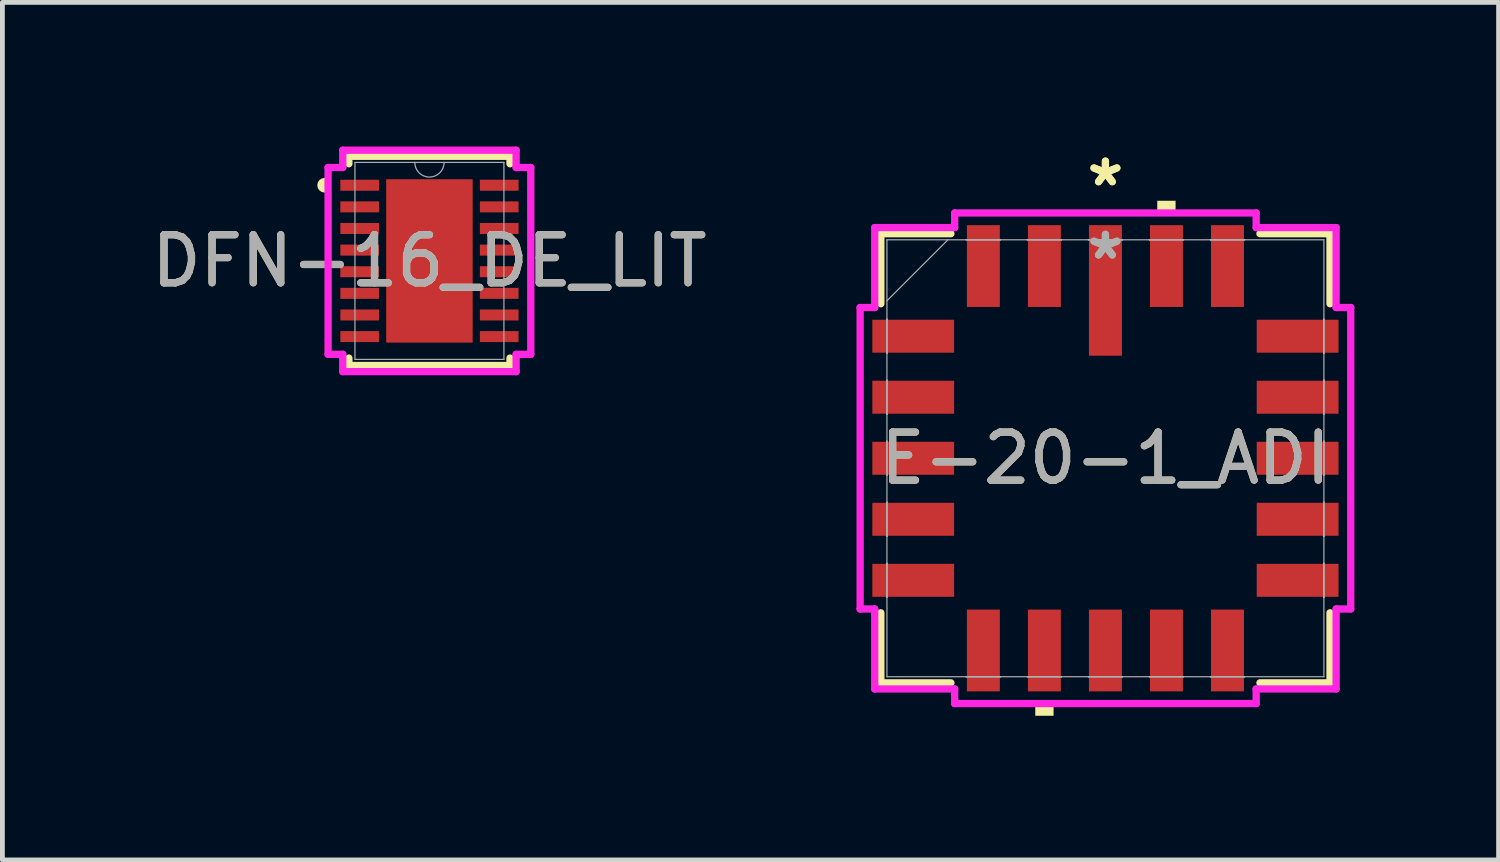
<source format=kicad_pcb>
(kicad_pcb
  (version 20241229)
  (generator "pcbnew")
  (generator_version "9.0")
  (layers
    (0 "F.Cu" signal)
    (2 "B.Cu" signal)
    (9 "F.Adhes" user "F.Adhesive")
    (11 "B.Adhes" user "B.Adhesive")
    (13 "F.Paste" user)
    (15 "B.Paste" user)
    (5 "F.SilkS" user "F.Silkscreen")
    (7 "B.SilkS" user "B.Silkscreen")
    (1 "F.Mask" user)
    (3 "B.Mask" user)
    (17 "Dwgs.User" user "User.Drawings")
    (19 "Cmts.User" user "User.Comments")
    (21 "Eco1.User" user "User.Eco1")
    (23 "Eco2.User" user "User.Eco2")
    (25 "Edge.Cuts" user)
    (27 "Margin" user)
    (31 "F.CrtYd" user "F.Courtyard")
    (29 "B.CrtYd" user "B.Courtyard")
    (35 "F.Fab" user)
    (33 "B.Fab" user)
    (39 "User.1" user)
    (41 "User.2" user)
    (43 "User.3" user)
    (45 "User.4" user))
  (footprint "DFN-16_DE_LIT"
    (layer "F.Cu")
    (at 5.887 2.38)
    (property "Reference" "DFN-16_DE_LIT" (at 0 0 0) (unlocked yes) (layer "F.SilkS") (effects (font (size 1 1) (thickness 0.15))))
    (attr smd)
    (fp_line (start -1.677 -2.177) (end -1.677 -2.022) (stroke (width 0.152) (type solid)) (layer "F.SilkS"))
    (fp_line (start -1.677 2.022) (end -1.677 2.177) (stroke (width 0.152) (type solid)) (layer "F.SilkS"))
    (fp_line (start -1.677 2.177) (end 1.677 2.177) (stroke (width 0.152) (type solid)) (layer "F.SilkS"))
    (fp_line (start 1.677 -2.177) (end -1.677 -2.177) (stroke (width 0.152) (type solid)) (layer "F.SilkS"))
    (fp_line (start 1.677 -2.022) (end 1.677 -2.177) (stroke (width 0.152) (type solid)) (layer "F.SilkS"))
    (fp_line (start 1.677 2.177) (end 1.677 2.022) (stroke (width 0.152) (type solid)) (layer "F.SilkS"))
    (fp_arc (start -2.18754 -1.499048) (mid -2.2576 -1.575001) (end -2.18754 -1.650953) (stroke (width 0.1524) (type solid)) (layer "F.SilkS"))
    (fp_poly (pts (xy -0.8 -1.6) (xy -0.8 -0.1) (xy 0.8 -0.1) (xy 0.8 -1.6)) (stroke (width 0) (type solid)) (fill yes) (layer "F.Paste"))
    (fp_poly (pts (xy -0.8 0.1) (xy -0.8 1.6) (xy 0.8 1.6) (xy 0.8 0.1)) (stroke (width 0) (type solid)) (fill yes) (layer "F.Paste"))
    (fp_line (start -2.109 -1.944) (end -1.804 -1.944) (stroke (width 0.152) (type solid)) (layer "F.CrtYd"))
    (fp_line (start -2.109 1.944) (end -2.109 -1.944) (stroke (width 0.152) (type solid)) (layer "F.CrtYd"))
    (fp_line (start -2.109 1.944) (end -1.804 1.944) (stroke (width 0.152) (type solid)) (layer "F.CrtYd"))
    (fp_line (start -1.804 -2.304) (end 1.804 -2.304) (stroke (width 0.152) (type solid)) (layer "F.CrtYd"))
    (fp_line (start -1.804 -1.944) (end -1.804 -2.304) (stroke (width 0.152) (type solid)) (layer "F.CrtYd"))
    (fp_line (start -1.804 2.304) (end -1.804 1.944) (stroke (width 0.152) (type solid)) (layer "F.CrtYd"))
    (fp_line (start 1.804 -2.304) (end 1.804 -1.944) (stroke (width 0.152) (type solid)) (layer "F.CrtYd"))
    (fp_line (start 1.804 1.944) (end 1.804 2.304) (stroke (width 0.152) (type solid)) (layer "F.CrtYd"))
    (fp_line (start 1.804 2.304) (end -1.804 2.304) (stroke (width 0.152) (type solid)) (layer "F.CrtYd"))
    (fp_line (start 2.109 -1.944) (end 1.804 -1.944) (stroke (width 0.152) (type solid)) (layer "F.CrtYd"))
    (fp_line (start 2.109 -1.944) (end 2.109 1.944) (stroke (width 0.152) (type solid)) (layer "F.CrtYd"))
    (fp_line (start 2.109 1.944) (end 1.804 1.944) (stroke (width 0.152) (type solid)) (layer "F.CrtYd"))
    (fp_line (start -1.55 -2.05) (end -1.55 2.05) (stroke (width 0.025) (type solid)) (layer "F.Fab"))
    (fp_line (start -1.55 2.05) (end 1.55 2.05) (stroke (width 0.025) (type solid)) (layer "F.Fab"))
    (fp_line (start 1.55 -2.05) (end -1.55 -2.05) (stroke (width 0.025) (type solid)) (layer "F.Fab"))
    (fp_line (start 1.55 2.05) (end 1.55 -2.05) (stroke (width 0.025) (type solid)) (layer "F.Fab"))
    (fp_arc (start 0.3048 -2.05) (mid 0 -1.7452) (end -0.3048 -2.05) (stroke (width 0.0254) (type solid)) (layer "F.Fab"))
    (fp_text user "${REFERENCE}" (at 0 0 0) (unlocked yes) (layer "F.Fab") (effects (font (size 1 1) (thickness 0.15))))
    (pad "1" smd rect (at -1.452 -1.575) (size 0.805 0.229) (layers "F.Cu" "F.Mask" "F.Paste"))
    (pad "2" smd rect (at -1.452 -1.125) (size 0.805 0.229) (layers "F.Cu" "F.Mask" "F.Paste"))
    (pad "3" smd rect (at -1.452 -0.675) (size 0.805 0.229) (layers "F.Cu" "F.Mask" "F.Paste"))
    (pad "4" smd rect (at -1.452 -0.225) (size 0.805 0.229) (layers "F.Cu" "F.Mask" "F.Paste"))
    (pad "5" smd rect (at -1.452 0.225) (size 0.805 0.229) (layers "F.Cu" "F.Mask" "F.Paste"))
    (pad "6" smd rect (at -1.452 0.675) (size 0.805 0.229) (layers "F.Cu" "F.Mask" "F.Paste"))
    (pad "7" smd rect (at -1.452 1.125) (size 0.805 0.229) (layers "F.Cu" "F.Mask" "F.Paste"))
    (pad "8" smd rect (at -1.452 1.575) (size 0.805 0.229) (layers "F.Cu" "F.Mask" "F.Paste"))
    (pad "9" smd rect (at 1.452 1.575) (size 0.805 0.229) (layers "F.Cu" "F.Mask" "F.Paste"))
    (pad "10" smd rect (at 1.452 1.125) (size 0.805 0.229) (layers "F.Cu" "F.Mask" "F.Paste"))
    (pad "11" smd rect (at 1.452 0.675) (size 0.805 0.229) (layers "F.Cu" "F.Mask" "F.Paste"))
    (pad "12" smd rect (at 1.452 0.225) (size 0.805 0.229) (layers "F.Cu" "F.Mask" "F.Paste"))
    (pad "13" smd rect (at 1.452 -0.225) (size 0.805 0.229) (layers "F.Cu" "F.Mask" "F.Paste"))
    (pad "14" smd rect (at 1.452 -0.675) (size 0.805 0.229) (layers "F.Cu" "F.Mask" "F.Paste"))
    (pad "15" smd rect (at 1.452 -1.125) (size 0.805 0.229) (layers "F.Cu" "F.Mask" "F.Paste"))
    (pad "16" smd rect (at 1.452 -1.575) (size 0.805 0.229) (layers "F.Cu" "F.Mask" "F.Paste"))
    (pad "17" smd rect (at 0 0) (size 1.8 3.4) (layers "F.Cu" "F.Mask" "F.Paste")))
  (footprint "E-20-1_ADI"
    (layer "F.Cu")
    (at 19.955 6.487)
    (property "Reference" "E-20-1_ADI" (at 0 0 0) (unlocked yes) (layer "F.SilkS") (effects (font (size 1 1) (thickness 0.15))))
    (attr smd)
    (fp_line (start -4.674 -4.674) (end -4.674 -3.216) (stroke (width 0.152) (type solid)) (layer "F.SilkS"))
    (fp_line (start -4.674 3.216) (end -4.674 4.674) (stroke (width 0.152) (type solid)) (layer "F.SilkS"))
    (fp_line (start -4.674 4.674) (end -3.216 4.674) (stroke (width 0.152) (type solid)) (layer "F.SilkS"))
    (fp_line (start -3.216 -4.674) (end -4.674 -4.674) (stroke (width 0.152) (type solid)) (layer "F.SilkS"))
    (fp_line (start 3.216 4.674) (end 4.674 4.674) (stroke (width 0.152) (type solid)) (layer "F.SilkS"))
    (fp_line (start 4.674 -4.674) (end 3.216 -4.674) (stroke (width 0.152) (type solid)) (layer "F.SilkS"))
    (fp_line (start 4.674 -3.216) (end 4.674 -4.674) (stroke (width 0.152) (type solid)) (layer "F.SilkS"))
    (fp_line (start 4.674 4.674) (end 4.674 3.216) (stroke (width 0.152) (type solid)) (layer "F.SilkS"))
    (fp_poly (pts (xy -1.46 5.105) (xy -1.46 5.359) (xy -1.079 5.359) (xy -1.079 5.105)) (stroke (width 0) (type solid)) (fill yes) (layer "F.SilkS"))
    (fp_poly (pts (xy 1.079 -5.105) (xy 1.079 -5.359) (xy 1.46 -5.359) (xy 1.46 -5.105)) (stroke (width 0) (type solid)) (fill yes) (layer "F.SilkS"))
    (fp_line (start -5.105 -3.137) (end -4.801 -3.137) (stroke (width 0.152) (type solid)) (layer "F.CrtYd"))
    (fp_line (start -5.105 3.137) (end -5.105 -3.137) (stroke (width 0.152) (type solid)) (layer "F.CrtYd"))
    (fp_line (start -5.105 3.137) (end -4.801 3.137) (stroke (width 0.152) (type solid)) (layer "F.CrtYd"))
    (fp_line (start -4.801 -4.801) (end -3.137 -4.801) (stroke (width 0.152) (type solid)) (layer "F.CrtYd"))
    (fp_line (start -4.801 -3.137) (end -4.801 -4.801) (stroke (width 0.152) (type solid)) (layer "F.CrtYd"))
    (fp_line (start -4.801 4.801) (end -4.801 3.137) (stroke (width 0.152) (type solid)) (layer "F.CrtYd"))
    (fp_line (start -3.137 -5.105) (end 3.137 -5.105) (stroke (width 0.152) (type solid)) (layer "F.CrtYd"))
    (fp_line (start -3.137 -4.801) (end -3.137 -5.105) (stroke (width 0.152) (type solid)) (layer "F.CrtYd"))
    (fp_line (start -3.137 4.801) (end -4.801 4.801) (stroke (width 0.152) (type solid)) (layer "F.CrtYd"))
    (fp_line (start -3.137 5.105) (end -3.137 4.801) (stroke (width 0.152) (type solid)) (layer "F.CrtYd"))
    (fp_line (start 3.137 -5.105) (end 3.137 -4.801) (stroke (width 0.152) (type solid)) (layer "F.CrtYd"))
    (fp_line (start 3.137 -4.801) (end 4.801 -4.801) (stroke (width 0.152) (type solid)) (layer "F.CrtYd"))
    (fp_line (start 3.137 4.801) (end 3.137 5.105) (stroke (width 0.152) (type solid)) (layer "F.CrtYd"))
    (fp_line (start 3.137 5.105) (end -3.137 5.105) (stroke (width 0.152) (type solid)) (layer "F.CrtYd"))
    (fp_line (start 4.801 -4.801) (end 4.801 -3.137) (stroke (width 0.152) (type solid)) (layer "F.CrtYd"))
    (fp_line (start 4.801 -3.137) (end 5.105 -3.137) (stroke (width 0.152) (type solid)) (layer "F.CrtYd"))
    (fp_line (start 4.801 3.137) (end 4.801 4.801) (stroke (width 0.152) (type solid)) (layer "F.CrtYd"))
    (fp_line (start 4.801 4.801) (end 3.137 4.801) (stroke (width 0.152) (type solid)) (layer "F.CrtYd"))
    (fp_line (start 5.105 -3.137) (end 5.105 3.137) (stroke (width 0.152) (type solid)) (layer "F.CrtYd"))
    (fp_line (start 5.105 3.137) (end 4.801 3.137) (stroke (width 0.152) (type solid)) (layer "F.CrtYd"))
    (fp_line (start -4.547 -4.547) (end -4.547 4.547) (stroke (width 0.025) (type solid)) (layer "F.Fab"))
    (fp_line (start -4.547 -3.277) (end -3.277 -4.547) (stroke (width 0.025) (type solid)) (layer "F.Fab"))
    (fp_line (start -4.547 -2.896) (end -4.547 -2.896) (stroke (width 0.025) (type solid)) (layer "F.Fab"))
    (fp_line (start -4.547 -2.896) (end -4.547 -2.184) (stroke (width 0.025) (type solid)) (layer "F.Fab"))
    (fp_line (start -4.547 -2.184) (end -4.547 -2.896) (stroke (width 0.025) (type solid)) (layer "F.Fab"))
    (fp_line (start -4.547 -2.184) (end -4.547 -2.184) (stroke (width 0.025) (type solid)) (layer "F.Fab"))
    (fp_line (start -4.547 -1.626) (end -4.547 -1.626) (stroke (width 0.025) (type solid)) (layer "F.Fab"))
    (fp_line (start -4.547 -1.626) (end -4.547 -0.914) (stroke (width 0.025) (type solid)) (layer "F.Fab"))
    (fp_line (start -4.547 -0.914) (end -4.547 -1.626) (stroke (width 0.025) (type solid)) (layer "F.Fab"))
    (fp_line (start -4.547 -0.914) (end -4.547 -0.914) (stroke (width 0.025) (type solid)) (layer "F.Fab"))
    (fp_line (start -4.547 -0.356) (end -4.547 -0.356) (stroke (width 0.025) (type solid)) (layer "F.Fab"))
    (fp_line (start -4.547 -0.356) (end -4.547 0.356) (stroke (width 0.025) (type solid)) (layer "F.Fab"))
    (fp_line (start -4.547 0.356) (end -4.547 -0.356) (stroke (width 0.025) (type solid)) (layer "F.Fab"))
    (fp_line (start -4.547 0.356) (end -4.547 0.356) (stroke (width 0.025) (type solid)) (layer "F.Fab"))
    (fp_line (start -4.547 0.914) (end -4.547 0.914) (stroke (width 0.025) (type solid)) (layer "F.Fab"))
    (fp_line (start -4.547 0.914) (end -4.547 1.626) (stroke (width 0.025) (type solid)) (layer "F.Fab"))
    (fp_line (start -4.547 1.626) (end -4.547 0.914) (stroke (width 0.025) (type solid)) (layer "F.Fab"))
    (fp_line (start -4.547 1.626) (end -4.547 1.626) (stroke (width 0.025) (type solid)) (layer "F.Fab"))
    (fp_line (start -4.547 2.184) (end -4.547 2.184) (stroke (width 0.025) (type solid)) (layer "F.Fab"))
    (fp_line (start -4.547 2.184) (end -4.547 2.896) (stroke (width 0.025) (type solid)) (layer "F.Fab"))
    (fp_line (start -4.547 2.896) (end -4.547 2.184) (stroke (width 0.025) (type solid)) (layer "F.Fab"))
    (fp_line (start -4.547 2.896) (end -4.547 2.896) (stroke (width 0.025) (type solid)) (layer "F.Fab"))
    (fp_line (start -4.547 4.547) (end 4.547 4.547) (stroke (width 0.025) (type solid)) (layer "F.Fab"))
    (fp_line (start -2.896 -4.547) (end -2.896 -4.547) (stroke (width 0.025) (type solid)) (layer "F.Fab"))
    (fp_line (start -2.896 -4.547) (end -2.184 -4.547) (stroke (width 0.025) (type solid)) (layer "F.Fab"))
    (fp_line (start -2.896 4.547) (end -2.896 4.547) (stroke (width 0.025) (type solid)) (layer "F.Fab"))
    (fp_line (start -2.896 4.547) (end -2.184 4.547) (stroke (width 0.025) (type solid)) (layer "F.Fab"))
    (fp_line (start -2.184 -4.547) (end -2.896 -4.547) (stroke (width 0.025) (type solid)) (layer "F.Fab"))
    (fp_line (start -2.184 -4.547) (end -2.184 -4.547) (stroke (width 0.025) (type solid)) (layer "F.Fab"))
    (fp_line (start -2.184 4.547) (end -2.896 4.547) (stroke (width 0.025) (type solid)) (layer "F.Fab"))
    (fp_line (start -2.184 4.547) (end -2.184 4.547) (stroke (width 0.025) (type solid)) (layer "F.Fab"))
    (fp_line (start -1.626 -4.547) (end -1.626 -4.547) (stroke (width 0.025) (type solid)) (layer "F.Fab"))
    (fp_line (start -1.626 -4.547) (end -0.914 -4.547) (stroke (width 0.025) (type solid)) (layer "F.Fab"))
    (fp_line (start -1.626 4.547) (end -1.626 4.547) (stroke (width 0.025) (type solid)) (layer "F.Fab"))
    (fp_line (start -1.626 4.547) (end -0.914 4.547) (stroke (width 0.025) (type solid)) (layer "F.Fab"))
    (fp_line (start -0.914 -4.547) (end -1.626 -4.547) (stroke (width 0.025) (type solid)) (layer "F.Fab"))
    (fp_line (start -0.914 -4.547) (end -0.914 -4.547) (stroke (width 0.025) (type solid)) (layer "F.Fab"))
    (fp_line (start -0.914 4.547) (end -1.626 4.547) (stroke (width 0.025) (type solid)) (layer "F.Fab"))
    (fp_line (start -0.914 4.547) (end -0.914 4.547) (stroke (width 0.025) (type solid)) (layer "F.Fab"))
    (fp_line (start -0.356 -4.547) (end -0.356 -4.547) (stroke (width 0.025) (type solid)) (layer "F.Fab"))
    (fp_line (start -0.356 -4.547) (end 0.356 -4.547) (stroke (width 0.025) (type solid)) (layer "F.Fab"))
    (fp_line (start -0.356 4.547) (end -0.356 4.547) (stroke (width 0.025) (type solid)) (layer "F.Fab"))
    (fp_line (start -0.356 4.547) (end 0.356 4.547) (stroke (width 0.025) (type solid)) (layer "F.Fab"))
    (fp_line (start 0.356 -4.547) (end -0.356 -4.547) (stroke (width 0.025) (type solid)) (layer "F.Fab"))
    (fp_line (start 0.356 -4.547) (end 0.356 -4.547) (stroke (width 0.025) (type solid)) (layer "F.Fab"))
    (fp_line (start 0.356 4.547) (end -0.356 4.547) (stroke (width 0.025) (type solid)) (layer "F.Fab"))
    (fp_line (start 0.356 4.547) (end 0.356 4.547) (stroke (width 0.025) (type solid)) (layer "F.Fab"))
    (fp_line (start 0.914 -4.547) (end 0.914 -4.547) (stroke (width 0.025) (type solid)) (layer "F.Fab"))
    (fp_line (start 0.914 -4.547) (end 1.626 -4.547) (stroke (width 0.025) (type solid)) (layer "F.Fab"))
    (fp_line (start 0.914 4.547) (end 0.914 4.547) (stroke (width 0.025) (type solid)) (layer "F.Fab"))
    (fp_line (start 0.914 4.547) (end 1.626 4.547) (stroke (width 0.025) (type solid)) (layer "F.Fab"))
    (fp_line (start 1.626 -4.547) (end 0.914 -4.547) (stroke (width 0.025) (type solid)) (layer "F.Fab"))
    (fp_line (start 1.626 -4.547) (end 1.626 -4.547) (stroke (width 0.025) (type solid)) (layer "F.Fab"))
    (fp_line (start 1.626 4.547) (end 0.914 4.547) (stroke (width 0.025) (type solid)) (layer "F.Fab"))
    (fp_line (start 1.626 4.547) (end 1.626 4.547) (stroke (width 0.025) (type solid)) (layer "F.Fab"))
    (fp_line (start 2.184 -4.547) (end 2.184 -4.547) (stroke (width 0.025) (type solid)) (layer "F.Fab"))
    (fp_line (start 2.184 -4.547) (end 2.896 -4.547) (stroke (width 0.025) (type solid)) (layer "F.Fab"))
    (fp_line (start 2.184 4.547) (end 2.184 4.547) (stroke (width 0.025) (type solid)) (layer "F.Fab"))
    (fp_line (start 2.184 4.547) (end 2.896 4.547) (stroke (width 0.025) (type solid)) (layer "F.Fab"))
    (fp_line (start 2.896 -4.547) (end 2.184 -4.547) (stroke (width 0.025) (type solid)) (layer "F.Fab"))
    (fp_line (start 2.896 -4.547) (end 2.896 -4.547) (stroke (width 0.025) (type solid)) (layer "F.Fab"))
    (fp_line (start 2.896 4.547) (end 2.184 4.547) (stroke (width 0.025) (type solid)) (layer "F.Fab"))
    (fp_line (start 2.896 4.547) (end 2.896 4.547) (stroke (width 0.025) (type solid)) (layer "F.Fab"))
    (fp_line (start 4.547 -4.547) (end -4.547 -4.547) (stroke (width 0.025) (type solid)) (layer "F.Fab"))
    (fp_line (start 4.547 -2.896) (end 4.547 -2.896) (stroke (width 0.025) (type solid)) (layer "F.Fab"))
    (fp_line (start 4.547 -2.896) (end 4.547 -2.184) (stroke (width 0.025) (type solid)) (layer "F.Fab"))
    (fp_line (start 4.547 -2.184) (end 4.547 -2.896) (stroke (width 0.025) (type solid)) (layer "F.Fab"))
    (fp_line (start 4.547 -2.184) (end 4.547 -2.184) (stroke (width 0.025) (type solid)) (layer "F.Fab"))
    (fp_line (start 4.547 -1.626) (end 4.547 -1.626) (stroke (width 0.025) (type solid)) (layer "F.Fab"))
    (fp_line (start 4.547 -1.626) (end 4.547 -0.914) (stroke (width 0.025) (type solid)) (layer "F.Fab"))
    (fp_line (start 4.547 -0.914) (end 4.547 -1.626) (stroke (width 0.025) (type solid)) (layer "F.Fab"))
    (fp_line (start 4.547 -0.914) (end 4.547 -0.914) (stroke (width 0.025) (type solid)) (layer "F.Fab"))
    (fp_line (start 4.547 -0.356) (end 4.547 -0.356) (stroke (width 0.025) (type solid)) (layer "F.Fab"))
    (fp_line (start 4.547 -0.356) (end 4.547 0.356) (stroke (width 0.025) (type solid)) (layer "F.Fab"))
    (fp_line (start 4.547 0.356) (end 4.547 -0.356) (stroke (width 0.025) (type solid)) (layer "F.Fab"))
    (fp_line (start 4.547 0.356) (end 4.547 0.356) (stroke (width 0.025) (type solid)) (layer "F.Fab"))
    (fp_line (start 4.547 0.914) (end 4.547 0.914) (stroke (width 0.025) (type solid)) (layer "F.Fab"))
    (fp_line (start 4.547 0.914) (end 4.547 1.626) (stroke (width 0.025) (type solid)) (layer "F.Fab"))
    (fp_line (start 4.547 1.626) (end 4.547 0.914) (stroke (width 0.025) (type solid)) (layer "F.Fab"))
    (fp_line (start 4.547 1.626) (end 4.547 1.626) (stroke (width 0.025) (type solid)) (layer "F.Fab"))
    (fp_line (start 4.547 2.184) (end 4.547 2.184) (stroke (width 0.025) (type solid)) (layer "F.Fab"))
    (fp_line (start 4.547 2.184) (end 4.547 2.896) (stroke (width 0.025) (type solid)) (layer "F.Fab"))
    (fp_line (start 4.547 2.896) (end 4.547 2.184) (stroke (width 0.025) (type solid)) (layer "F.Fab"))
    (fp_line (start 4.547 2.896) (end 4.547 2.896) (stroke (width 0.025) (type solid)) (layer "F.Fab"))
    (fp_line (start 4.547 4.547) (end 4.547 -4.547) (stroke (width 0.025) (type solid)) (layer "F.Fab"))
    (fp_text user "*" (at 0 -5.639 0) (layer "F.SilkS") (effects (font (size 1 1) (thickness 0.15))))
    (fp_text user "*" (at 0 -5.639 0) (unlocked yes) (layer "F.SilkS") (effects (font (size 1 1) (thickness 0.15))))
    (fp_text user "*" (at 0 -4.115 0) (layer "F.Fab") (effects (font (size 1 1) (thickness 0.15))))
    (fp_text user "${REFERENCE}" (at 0 0 0) (unlocked yes) (layer "F.Fab") (effects (font (size 1 1) (thickness 0.15))))
    (fp_text user "*" (at 0 -4.115 0) (unlocked yes) (layer "F.Fab") (effects (font (size 1 1) (thickness 0.15))))
    (pad "1" smd rect (at 0 -3.493) (size 0.686 2.718) (layers "F.Cu" "F.Mask" "F.Paste"))
    (pad "2" smd rect (at -1.27 -4) (size 0.686 1.702) (layers "F.Cu" "F.Mask" "F.Paste"))
    (pad "3" smd rect (at -2.54 -4) (size 0.686 1.702) (layers "F.Cu" "F.Mask" "F.Paste"))
    (pad "4" smd rect (at -4 -2.54 90) (size 0.686 1.702) (layers "F.Cu" "F.Mask" "F.Paste"))
    (pad "5" smd rect (at -4 -1.27 90) (size 0.686 1.702) (layers "F.Cu" "F.Mask" "F.Paste"))
    (pad "6" smd rect (at -4 0 90) (size 0.686 1.702) (layers "F.Cu" "F.Mask" "F.Paste"))
    (pad "7" smd rect (at -4 1.27 90) (size 0.686 1.702) (layers "F.Cu" "F.Mask" "F.Paste"))
    (pad "8" smd rect (at -4 2.54 90) (size 0.686 1.702) (layers "F.Cu" "F.Mask" "F.Paste"))
    (pad "9" smd rect (at -2.54 4) (size 0.686 1.702) (layers "F.Cu" "F.Mask" "F.Paste"))
    (pad "10" smd rect (at -1.27 4) (size 0.686 1.702) (layers "F.Cu" "F.Mask" "F.Paste"))
    (pad "11" smd rect (at 0 4) (size 0.686 1.702) (layers "F.Cu" "F.Mask" "F.Paste"))
    (pad "12" smd rect (at 1.27 4) (size 0.686 1.702) (layers "F.Cu" "F.Mask" "F.Paste"))
    (pad "13" smd rect (at 2.54 4) (size 0.686 1.702) (layers "F.Cu" "F.Mask" "F.Paste"))
    (pad "14" smd rect (at 4 2.54 90) (size 0.686 1.702) (layers "F.Cu" "F.Mask" "F.Paste"))
    (pad "15" smd rect (at 4 1.27 90) (size 0.686 1.702) (layers "F.Cu" "F.Mask" "F.Paste"))
    (pad "16" smd rect (at 4 0 90) (size 0.686 1.702) (layers "F.Cu" "F.Mask" "F.Paste"))
    (pad "17" smd rect (at 4 -1.27 90) (size 0.686 1.702) (layers "F.Cu" "F.Mask" "F.Paste"))
    (pad "18" smd rect (at 4 -2.54 90) (size 0.686 1.702) (layers "F.Cu" "F.Mask" "F.Paste"))
    (pad "19" smd rect (at 2.54 -4) (size 0.686 1.702) (layers "F.Cu" "F.Mask" "F.Paste"))
    (pad "20" smd rect (at 1.27 -4) (size 0.686 1.702) (layers "F.Cu" "F.Mask" "F.Paste")))
  (gr_rect
    (start -3 -3)
    (end 28.137 14.846)
    (stroke (width 0.1) (type default))
    (fill no)
    (layer "Edge.Cuts")))
</source>
